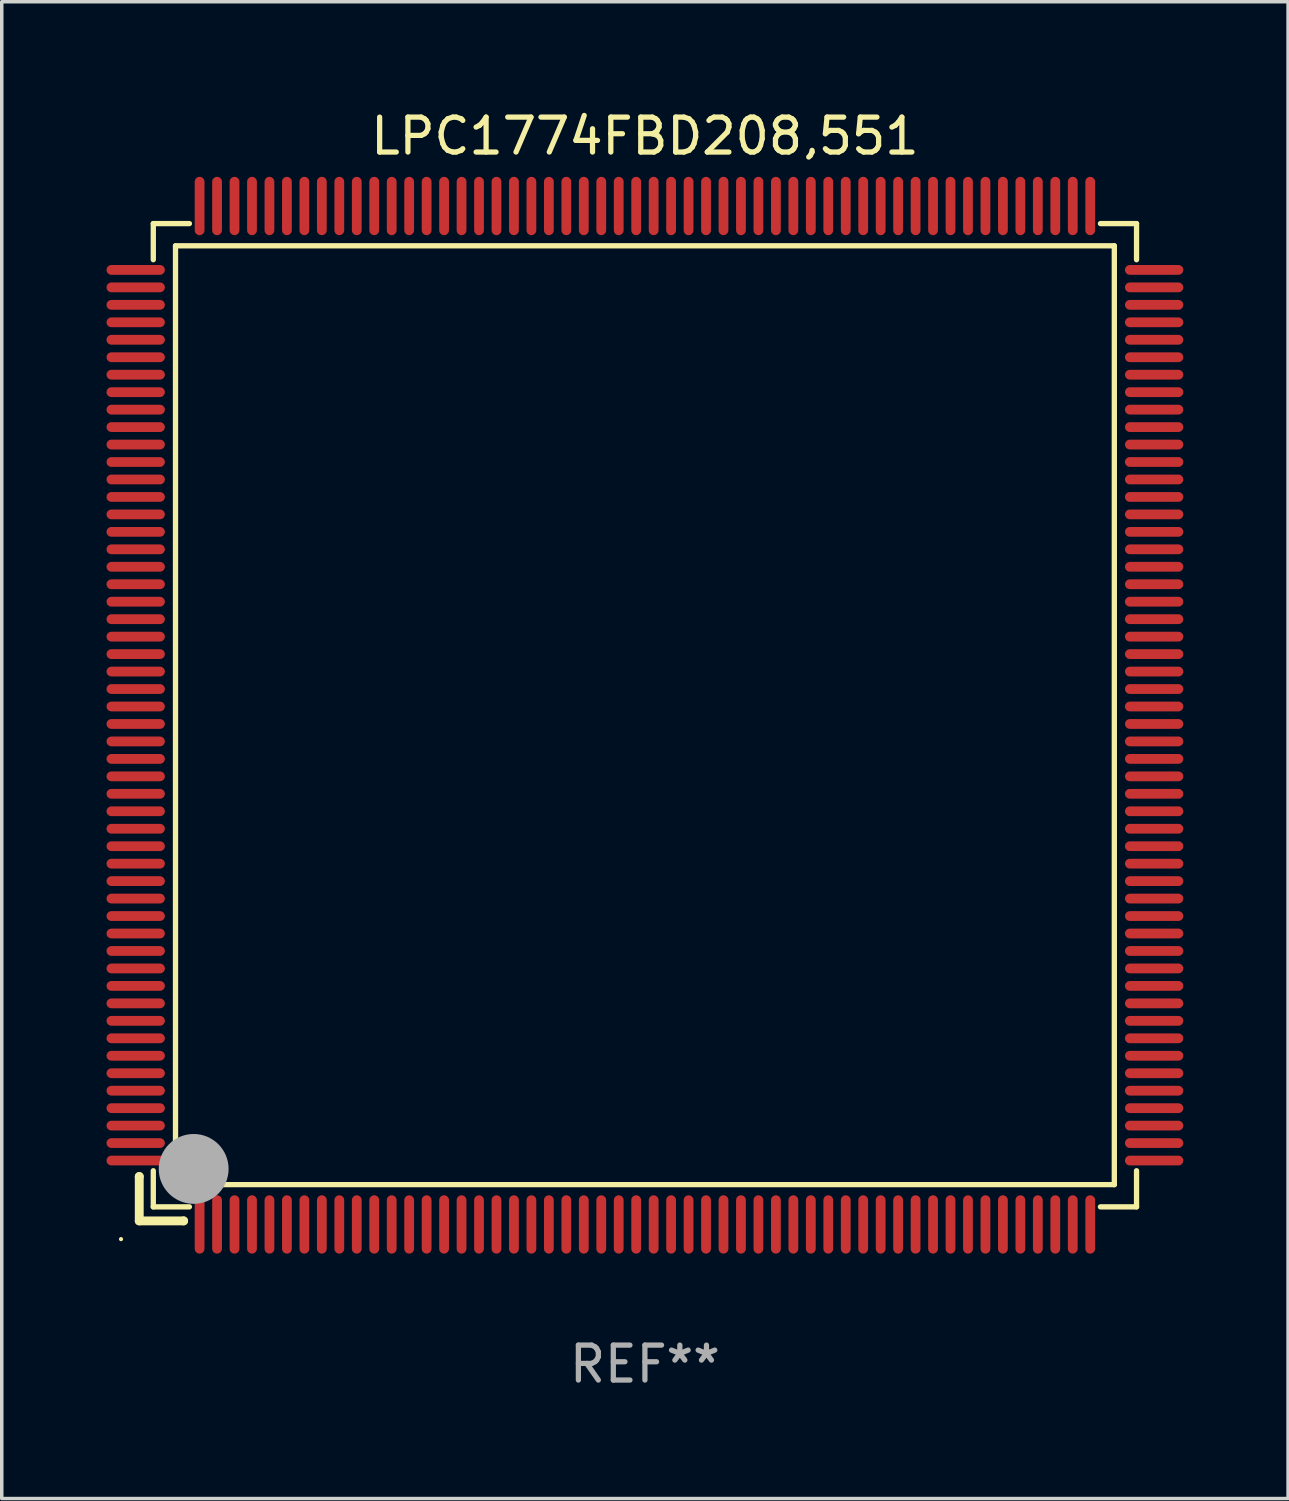
<source format=kicad_pcb>
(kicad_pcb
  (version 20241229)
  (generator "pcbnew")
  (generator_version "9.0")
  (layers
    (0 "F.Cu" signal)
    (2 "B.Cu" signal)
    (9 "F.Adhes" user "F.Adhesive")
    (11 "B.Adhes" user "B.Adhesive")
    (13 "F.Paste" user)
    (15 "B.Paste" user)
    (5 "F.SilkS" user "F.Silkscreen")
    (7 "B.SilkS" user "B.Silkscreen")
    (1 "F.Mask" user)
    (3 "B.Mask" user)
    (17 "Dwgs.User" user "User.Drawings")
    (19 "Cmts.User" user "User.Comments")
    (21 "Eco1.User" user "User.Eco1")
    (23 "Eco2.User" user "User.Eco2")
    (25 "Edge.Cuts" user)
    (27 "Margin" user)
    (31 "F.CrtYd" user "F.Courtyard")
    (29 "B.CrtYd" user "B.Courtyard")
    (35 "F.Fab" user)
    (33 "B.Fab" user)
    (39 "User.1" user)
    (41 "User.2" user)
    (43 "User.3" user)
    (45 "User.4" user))
  (footprint "LPC1774FBD208,551"
    (layer "F.Cu")
    (at 15.415 17.428)
    (property "Reference" "LPC1774FBD208,551" (at 0 -16.58 0) (layer "F.SilkS") (effects (font (size 1 1) (thickness 0.15))))
    (attr through_hole)
    (fp_line (start -14.478 13.208) (end -14.478 13.208) (stroke (width 0.254) (type solid)) (layer "F.SilkS"))
    (fp_line (start -14.478 13.208) (end -14.478 14.478) (stroke (width 0.254) (type solid)) (layer "F.SilkS"))
    (fp_line (start -14.478 14.478) (end -13.208 14.478) (stroke (width 0.254) (type solid)) (layer "F.SilkS"))
    (fp_line (start -14.076 -14.076) (end -14.076 -13.042) (stroke (width 0.152) (type solid)) (layer "F.SilkS"))
    (fp_line (start -14.076 14.076) (end -14.076 13.042) (stroke (width 0.152) (type solid)) (layer "F.SilkS"))
    (fp_line (start -13.44 -13.44) (end 13.44 -13.44) (stroke (width 0.152) (type solid)) (layer "F.SilkS"))
    (fp_line (start -13.44 13.44) (end -13.44 -13.44) (stroke (width 0.152) (type solid)) (layer "F.SilkS"))
    (fp_line (start -13.208 14.478) (end -13.208 14.478) (stroke (width 0.254) (type solid)) (layer "F.SilkS"))
    (fp_line (start -13.042 -14.076) (end -14.076 -14.076) (stroke (width 0.152) (type solid)) (layer "F.SilkS"))
    (fp_line (start -13.042 14.076) (end -14.076 14.076) (stroke (width 0.152) (type solid)) (layer "F.SilkS"))
    (fp_line (start 13.042 -14.076) (end 14.076 -14.076) (stroke (width 0.152) (type solid)) (layer "F.SilkS"))
    (fp_line (start 13.042 14.076) (end 14.076 14.076) (stroke (width 0.152) (type solid)) (layer "F.SilkS"))
    (fp_line (start 13.44 -13.44) (end 13.44 13.44) (stroke (width 0.152) (type solid)) (layer "F.SilkS"))
    (fp_line (start 13.44 13.44) (end -13.44 13.44) (stroke (width 0.152) (type solid)) (layer "F.SilkS"))
    (fp_line (start 14.076 -14.076) (end 14.076 -13.042) (stroke (width 0.152) (type solid)) (layer "F.SilkS"))
    (fp_line (start 14.076 14.076) (end 14.076 13.042) (stroke (width 0.152) (type solid)) (layer "F.SilkS"))
    (fp_circle (center -15 15) (end -14.97 15) (stroke (width 0.06) (type solid)) (fill no) (layer "F.SilkS"))
    (fp_circle (center -13.138 13.138) (end -13.063 13.138) (stroke (width 0.15) (type solid)) (fill no) (layer "F.SilkS"))
    (fp_circle (center -12.92 12.99) (end -12.42 12.99) (stroke (width 1) (type solid)) (fill no) (layer "F.Fab"))
    (fp_text user "REF**" (at 0 18.58 0) (layer "F.Fab") (effects (font (size 1 1) (thickness 0.15))))
    (pad "1" smd oval (at -12.75 14.58) (size 0.28 1.67) (layers "F.Cu" "F.Mask" "F.Paste"))
    (pad "2" smd oval (at -12.25 14.58) (size 0.28 1.67) (layers "F.Cu" "F.Mask" "F.Paste"))
    (pad "3" smd oval (at -11.75 14.58) (size 0.28 1.67) (layers "F.Cu" "F.Mask" "F.Paste"))
    (pad "4" smd oval (at -11.25 14.58) (size 0.28 1.67) (layers "F.Cu" "F.Mask" "F.Paste"))
    (pad "5" smd oval (at -10.75 14.58) (size 0.28 1.67) (layers "F.Cu" "F.Mask" "F.Paste"))
    (pad "6" smd oval (at -10.25 14.58) (size 0.28 1.67) (layers "F.Cu" "F.Mask" "F.Paste"))
    (pad "7" smd oval (at -9.75 14.58) (size 0.28 1.67) (layers "F.Cu" "F.Mask" "F.Paste"))
    (pad "8" smd oval (at -9.25 14.58) (size 0.28 1.67) (layers "F.Cu" "F.Mask" "F.Paste"))
    (pad "9" smd oval (at -8.75 14.58) (size 0.28 1.67) (layers "F.Cu" "F.Mask" "F.Paste"))
    (pad "10" smd oval (at -8.25 14.58) (size 0.28 1.67) (layers "F.Cu" "F.Mask" "F.Paste"))
    (pad "11" smd oval (at -7.75 14.58) (size 0.28 1.67) (layers "F.Cu" "F.Mask" "F.Paste"))
    (pad "12" smd oval (at -7.25 14.58) (size 0.28 1.67) (layers "F.Cu" "F.Mask" "F.Paste"))
    (pad "13" smd oval (at -6.75 14.58) (size 0.28 1.67) (layers "F.Cu" "F.Mask" "F.Paste"))
    (pad "14" smd oval (at -6.25 14.58) (size 0.28 1.67) (layers "F.Cu" "F.Mask" "F.Paste"))
    (pad "15" smd oval (at -5.75 14.58) (size 0.28 1.67) (layers "F.Cu" "F.Mask" "F.Paste"))
    (pad "16" smd oval (at -5.25 14.58) (size 0.28 1.67) (layers "F.Cu" "F.Mask" "F.Paste"))
    (pad "17" smd oval (at -4.75 14.58) (size 0.28 1.67) (layers "F.Cu" "F.Mask" "F.Paste"))
    (pad "18" smd oval (at -4.25 14.58) (size 0.28 1.67) (layers "F.Cu" "F.Mask" "F.Paste"))
    (pad "19" smd oval (at -3.75 14.58) (size 0.28 1.67) (layers "F.Cu" "F.Mask" "F.Paste"))
    (pad "20" smd oval (at -3.25 14.58) (size 0.28 1.67) (layers "F.Cu" "F.Mask" "F.Paste"))
    (pad "21" smd oval (at -2.75 14.58) (size 0.28 1.67) (layers "F.Cu" "F.Mask" "F.Paste"))
    (pad "22" smd oval (at -2.25 14.58) (size 0.28 1.67) (layers "F.Cu" "F.Mask" "F.Paste"))
    (pad "23" smd oval (at -1.75 14.58) (size 0.28 1.67) (layers "F.Cu" "F.Mask" "F.Paste"))
    (pad "24" smd oval (at -1.25 14.58) (size 0.28 1.67) (layers "F.Cu" "F.Mask" "F.Paste"))
    (pad "25" smd oval (at -0.75 14.58) (size 0.28 1.67) (layers "F.Cu" "F.Mask" "F.Paste"))
    (pad "26" smd oval (at -0.25 14.58) (size 0.28 1.67) (layers "F.Cu" "F.Mask" "F.Paste"))
    (pad "27" smd oval (at 0.25 14.58) (size 0.28 1.67) (layers "F.Cu" "F.Mask" "F.Paste"))
    (pad "28" smd oval (at 0.75 14.58) (size 0.28 1.67) (layers "F.Cu" "F.Mask" "F.Paste"))
    (pad "29" smd oval (at 1.25 14.58) (size 0.28 1.67) (layers "F.Cu" "F.Mask" "F.Paste"))
    (pad "30" smd oval (at 1.75 14.58) (size 0.28 1.67) (layers "F.Cu" "F.Mask" "F.Paste"))
    (pad "31" smd oval (at 2.25 14.58) (size 0.28 1.67) (layers "F.Cu" "F.Mask" "F.Paste"))
    (pad "32" smd oval (at 2.75 14.58) (size 0.28 1.67) (layers "F.Cu" "F.Mask" "F.Paste"))
    (pad "33" smd oval (at 3.25 14.58) (size 0.28 1.67) (layers "F.Cu" "F.Mask" "F.Paste"))
    (pad "34" smd oval (at 3.75 14.58) (size 0.28 1.67) (layers "F.Cu" "F.Mask" "F.Paste"))
    (pad "35" smd oval (at 4.25 14.58) (size 0.28 1.67) (layers "F.Cu" "F.Mask" "F.Paste"))
    (pad "36" smd oval (at 4.75 14.58) (size 0.28 1.67) (layers "F.Cu" "F.Mask" "F.Paste"))
    (pad "37" smd oval (at 5.25 14.58) (size 0.28 1.67) (layers "F.Cu" "F.Mask" "F.Paste"))
    (pad "38" smd oval (at 5.75 14.58) (size 0.28 1.67) (layers "F.Cu" "F.Mask" "F.Paste"))
    (pad "39" smd oval (at 6.25 14.58) (size 0.28 1.67) (layers "F.Cu" "F.Mask" "F.Paste"))
    (pad "40" smd oval (at 6.75 14.58) (size 0.28 1.67) (layers "F.Cu" "F.Mask" "F.Paste"))
    (pad "41" smd oval (at 7.25 14.58) (size 0.28 1.67) (layers "F.Cu" "F.Mask" "F.Paste"))
    (pad "42" smd oval (at 7.75 14.58) (size 0.28 1.67) (layers "F.Cu" "F.Mask" "F.Paste"))
    (pad "43" smd oval (at 8.25 14.58) (size 0.28 1.67) (layers "F.Cu" "F.Mask" "F.Paste"))
    (pad "44" smd oval (at 8.75 14.58) (size 0.28 1.67) (layers "F.Cu" "F.Mask" "F.Paste"))
    (pad "45" smd oval (at 9.25 14.58) (size 0.28 1.67) (layers "F.Cu" "F.Mask" "F.Paste"))
    (pad "46" smd oval (at 9.75 14.58) (size 0.28 1.67) (layers "F.Cu" "F.Mask" "F.Paste"))
    (pad "47" smd oval (at 10.25 14.58) (size 0.28 1.67) (layers "F.Cu" "F.Mask" "F.Paste"))
    (pad "48" smd oval (at 10.75 14.58) (size 0.28 1.67) (layers "F.Cu" "F.Mask" "F.Paste"))
    (pad "49" smd oval (at 11.25 14.58) (size 0.28 1.67) (layers "F.Cu" "F.Mask" "F.Paste"))
    (pad "50" smd oval (at 11.75 14.58) (size 0.28 1.67) (layers "F.Cu" "F.Mask" "F.Paste"))
    (pad "51" smd oval (at 12.25 14.58) (size 0.28 1.67) (layers "F.Cu" "F.Mask" "F.Paste"))
    (pad "52" smd oval (at 12.75 14.58) (size 0.28 1.67) (layers "F.Cu" "F.Mask" "F.Paste"))
    (pad "53" smd oval (at 14.58 12.75) (size 1.67 0.28) (layers "F.Cu" "F.Mask" "F.Paste"))
    (pad "54" smd oval (at 14.58 12.25) (size 1.67 0.28) (layers "F.Cu" "F.Mask" "F.Paste"))
    (pad "55" smd oval (at 14.58 11.75) (size 1.67 0.28) (layers "F.Cu" "F.Mask" "F.Paste"))
    (pad "56" smd oval (at 14.58 11.25) (size 1.67 0.28) (layers "F.Cu" "F.Mask" "F.Paste"))
    (pad "57" smd oval (at 14.58 10.75) (size 1.67 0.28) (layers "F.Cu" "F.Mask" "F.Paste"))
    (pad "58" smd oval (at 14.58 10.25) (size 1.67 0.28) (layers "F.Cu" "F.Mask" "F.Paste"))
    (pad "59" smd oval (at 14.58 9.75) (size 1.67 0.28) (layers "F.Cu" "F.Mask" "F.Paste"))
    (pad "60" smd oval (at 14.58 9.25) (size 1.67 0.28) (layers "F.Cu" "F.Mask" "F.Paste"))
    (pad "61" smd oval (at 14.58 8.75) (size 1.67 0.28) (layers "F.Cu" "F.Mask" "F.Paste"))
    (pad "62" smd oval (at 14.58 8.25) (size 1.67 0.28) (layers "F.Cu" "F.Mask" "F.Paste"))
    (pad "63" smd oval (at 14.58 7.75) (size 1.67 0.28) (layers "F.Cu" "F.Mask" "F.Paste"))
    (pad "64" smd oval (at 14.58 7.25) (size 1.67 0.28) (layers "F.Cu" "F.Mask" "F.Paste"))
    (pad "65" smd oval (at 14.58 6.75) (size 1.67 0.28) (layers "F.Cu" "F.Mask" "F.Paste"))
    (pad "66" smd oval (at 14.58 6.25) (size 1.67 0.28) (layers "F.Cu" "F.Mask" "F.Paste"))
    (pad "67" smd oval (at 14.58 5.75) (size 1.67 0.28) (layers "F.Cu" "F.Mask" "F.Paste"))
    (pad "68" smd oval (at 14.58 5.25) (size 1.67 0.28) (layers "F.Cu" "F.Mask" "F.Paste"))
    (pad "69" smd oval (at 14.58 4.75) (size 1.67 0.28) (layers "F.Cu" "F.Mask" "F.Paste"))
    (pad "70" smd oval (at 14.58 4.25) (size 1.67 0.28) (layers "F.Cu" "F.Mask" "F.Paste"))
    (pad "71" smd oval (at 14.58 3.75) (size 1.67 0.28) (layers "F.Cu" "F.Mask" "F.Paste"))
    (pad "72" smd oval (at 14.58 3.25) (size 1.67 0.28) (layers "F.Cu" "F.Mask" "F.Paste"))
    (pad "73" smd oval (at 14.58 2.75) (size 1.67 0.28) (layers "F.Cu" "F.Mask" "F.Paste"))
    (pad "74" smd oval (at 14.58 2.25) (size 1.67 0.28) (layers "F.Cu" "F.Mask" "F.Paste"))
    (pad "75" smd oval (at 14.58 1.75) (size 1.67 0.28) (layers "F.Cu" "F.Mask" "F.Paste"))
    (pad "76" smd oval (at 14.58 1.25) (size 1.67 0.28) (layers "F.Cu" "F.Mask" "F.Paste"))
    (pad "77" smd oval (at 14.58 0.75) (size 1.67 0.28) (layers "F.Cu" "F.Mask" "F.Paste"))
    (pad "78" smd oval (at 14.58 0.25) (size 1.67 0.28) (layers "F.Cu" "F.Mask" "F.Paste"))
    (pad "79" smd oval (at 14.58 -0.25) (size 1.67 0.28) (layers "F.Cu" "F.Mask" "F.Paste"))
    (pad "80" smd oval (at 14.58 -0.75) (size 1.67 0.28) (layers "F.Cu" "F.Mask" "F.Paste"))
    (pad "81" smd oval (at 14.58 -1.25) (size 1.67 0.28) (layers "F.Cu" "F.Mask" "F.Paste"))
    (pad "82" smd oval (at 14.58 -1.75) (size 1.67 0.28) (layers "F.Cu" "F.Mask" "F.Paste"))
    (pad "83" smd oval (at 14.58 -2.25) (size 1.67 0.28) (layers "F.Cu" "F.Mask" "F.Paste"))
    (pad "84" smd oval (at 14.58 -2.75) (size 1.67 0.28) (layers "F.Cu" "F.Mask" "F.Paste"))
    (pad "85" smd oval (at 14.58 -3.25) (size 1.67 0.28) (layers "F.Cu" "F.Mask" "F.Paste"))
    (pad "86" smd oval (at 14.58 -3.75) (size 1.67 0.28) (layers "F.Cu" "F.Mask" "F.Paste"))
    (pad "87" smd oval (at 14.58 -4.25) (size 1.67 0.28) (layers "F.Cu" "F.Mask" "F.Paste"))
    (pad "88" smd oval (at 14.58 -4.75) (size 1.67 0.28) (layers "F.Cu" "F.Mask" "F.Paste"))
    (pad "89" smd oval (at 14.58 -5.25) (size 1.67 0.28) (layers "F.Cu" "F.Mask" "F.Paste"))
    (pad "90" smd oval (at 14.58 -5.75) (size 1.67 0.28) (layers "F.Cu" "F.Mask" "F.Paste"))
    (pad "91" smd oval (at 14.58 -6.25) (size 1.67 0.28) (layers "F.Cu" "F.Mask" "F.Paste"))
    (pad "92" smd oval (at 14.58 -6.75) (size 1.67 0.28) (layers "F.Cu" "F.Mask" "F.Paste"))
    (pad "93" smd oval (at 14.58 -7.25) (size 1.67 0.28) (layers "F.Cu" "F.Mask" "F.Paste"))
    (pad "94" smd oval (at 14.58 -7.75) (size 1.67 0.28) (layers "F.Cu" "F.Mask" "F.Paste"))
    (pad "95" smd oval (at 14.58 -8.25) (size 1.67 0.28) (layers "F.Cu" "F.Mask" "F.Paste"))
    (pad "96" smd oval (at 14.58 -8.75) (size 1.67 0.28) (layers "F.Cu" "F.Mask" "F.Paste"))
    (pad "97" smd oval (at 14.58 -9.25) (size 1.67 0.28) (layers "F.Cu" "F.Mask" "F.Paste"))
    (pad "98" smd oval (at 14.58 -9.75) (size 1.67 0.28) (layers "F.Cu" "F.Mask" "F.Paste"))
    (pad "99" smd oval (at 14.58 -10.25) (size 1.67 0.28) (layers "F.Cu" "F.Mask" "F.Paste"))
    (pad "100" smd oval (at 14.58 -10.75) (size 1.67 0.28) (layers "F.Cu" "F.Mask" "F.Paste"))
    (pad "101" smd oval (at 14.58 -11.25) (size 1.67 0.28) (layers "F.Cu" "F.Mask" "F.Paste"))
    (pad "102" smd oval (at 14.58 -11.75) (size 1.67 0.28) (layers "F.Cu" "F.Mask" "F.Paste"))
    (pad "103" smd oval (at 14.58 -12.25) (size 1.67 0.28) (layers "F.Cu" "F.Mask" "F.Paste"))
    (pad "104" smd oval (at 14.58 -12.75) (size 1.67 0.28) (layers "F.Cu" "F.Mask" "F.Paste"))
    (pad "105" smd oval (at 12.75 -14.58) (size 0.28 1.67) (layers "F.Cu" "F.Mask" "F.Paste"))
    (pad "106" smd oval (at 12.25 -14.58) (size 0.28 1.67) (layers "F.Cu" "F.Mask" "F.Paste"))
    (pad "107" smd oval (at 11.75 -14.58) (size 0.28 1.67) (layers "F.Cu" "F.Mask" "F.Paste"))
    (pad "108" smd oval (at 11.25 -14.58) (size 0.28 1.67) (layers "F.Cu" "F.Mask" "F.Paste"))
    (pad "109" smd oval (at 10.75 -14.58) (size 0.28 1.67) (layers "F.Cu" "F.Mask" "F.Paste"))
    (pad "110" smd oval (at 10.25 -14.58) (size 0.28 1.67) (layers "F.Cu" "F.Mask" "F.Paste"))
    (pad "111" smd oval (at 9.75 -14.58) (size 0.28 1.67) (layers "F.Cu" "F.Mask" "F.Paste"))
    (pad "112" smd oval (at 9.25 -14.58) (size 0.28 1.67) (layers "F.Cu" "F.Mask" "F.Paste"))
    (pad "113" smd oval (at 8.75 -14.58) (size 0.28 1.67) (layers "F.Cu" "F.Mask" "F.Paste"))
    (pad "114" smd oval (at 8.25 -14.58) (size 0.28 1.67) (layers "F.Cu" "F.Mask" "F.Paste"))
    (pad "115" smd oval (at 7.75 -14.58) (size 0.28 1.67) (layers "F.Cu" "F.Mask" "F.Paste"))
    (pad "116" smd oval (at 7.25 -14.58) (size 0.28 1.67) (layers "F.Cu" "F.Mask" "F.Paste"))
    (pad "117" smd oval (at 6.75 -14.58) (size 0.28 1.67) (layers "F.Cu" "F.Mask" "F.Paste"))
    (pad "118" smd oval (at 6.25 -14.58) (size 0.28 1.67) (layers "F.Cu" "F.Mask" "F.Paste"))
    (pad "119" smd oval (at 5.75 -14.58) (size 0.28 1.67) (layers "F.Cu" "F.Mask" "F.Paste"))
    (pad "120" smd oval (at 5.25 -14.58) (size 0.28 1.67) (layers "F.Cu" "F.Mask" "F.Paste"))
    (pad "121" smd oval (at 4.75 -14.58) (size 0.28 1.67) (layers "F.Cu" "F.Mask" "F.Paste"))
    (pad "122" smd oval (at 4.25 -14.58) (size 0.28 1.67) (layers "F.Cu" "F.Mask" "F.Paste"))
    (pad "123" smd oval (at 3.75 -14.58) (size 0.28 1.67) (layers "F.Cu" "F.Mask" "F.Paste"))
    (pad "124" smd oval (at 3.25 -14.58) (size 0.28 1.67) (layers "F.Cu" "F.Mask" "F.Paste"))
    (pad "125" smd oval (at 2.75 -14.58) (size 0.28 1.67) (layers "F.Cu" "F.Mask" "F.Paste"))
    (pad "126" smd oval (at 2.25 -14.58) (size 0.28 1.67) (layers "F.Cu" "F.Mask" "F.Paste"))
    (pad "127" smd oval (at 1.75 -14.58) (size 0.28 1.67) (layers "F.Cu" "F.Mask" "F.Paste"))
    (pad "128" smd oval (at 1.25 -14.58) (size 0.28 1.67) (layers "F.Cu" "F.Mask" "F.Paste"))
    (pad "129" smd oval (at 0.75 -14.58) (size 0.28 1.67) (layers "F.Cu" "F.Mask" "F.Paste"))
    (pad "130" smd oval (at 0.25 -14.58) (size 0.28 1.67) (layers "F.Cu" "F.Mask" "F.Paste"))
    (pad "131" smd oval (at -0.25 -14.58) (size 0.28 1.67) (layers "F.Cu" "F.Mask" "F.Paste"))
    (pad "132" smd oval (at -0.75 -14.58) (size 0.28 1.67) (layers "F.Cu" "F.Mask" "F.Paste"))
    (pad "133" smd oval (at -1.25 -14.58) (size 0.28 1.67) (layers "F.Cu" "F.Mask" "F.Paste"))
    (pad "134" smd oval (at -1.75 -14.58) (size 0.28 1.67) (layers "F.Cu" "F.Mask" "F.Paste"))
    (pad "135" smd oval (at -2.25 -14.58) (size 0.28 1.67) (layers "F.Cu" "F.Mask" "F.Paste"))
    (pad "136" smd oval (at -2.75 -14.58) (size 0.28 1.67) (layers "F.Cu" "F.Mask" "F.Paste"))
    (pad "137" smd oval (at -3.25 -14.58) (size 0.28 1.67) (layers "F.Cu" "F.Mask" "F.Paste"))
    (pad "138" smd oval (at -3.75 -14.58) (size 0.28 1.67) (layers "F.Cu" "F.Mask" "F.Paste"))
    (pad "139" smd oval (at -4.25 -14.58) (size 0.28 1.67) (layers "F.Cu" "F.Mask" "F.Paste"))
    (pad "140" smd oval (at -4.75 -14.58) (size 0.28 1.67) (layers "F.Cu" "F.Mask" "F.Paste"))
    (pad "141" smd oval (at -5.25 -14.58) (size 0.28 1.67) (layers "F.Cu" "F.Mask" "F.Paste"))
    (pad "142" smd oval (at -5.75 -14.58) (size 0.28 1.67) (layers "F.Cu" "F.Mask" "F.Paste"))
    (pad "143" smd oval (at -6.25 -14.58) (size 0.28 1.67) (layers "F.Cu" "F.Mask" "F.Paste"))
    (pad "144" smd oval (at -6.75 -14.58) (size 0.28 1.67) (layers "F.Cu" "F.Mask" "F.Paste"))
    (pad "145" smd oval (at -7.25 -14.58) (size 0.28 1.67) (layers "F.Cu" "F.Mask" "F.Paste"))
    (pad "146" smd oval (at -7.75 -14.58) (size 0.28 1.67) (layers "F.Cu" "F.Mask" "F.Paste"))
    (pad "147" smd oval (at -8.25 -14.58) (size 0.28 1.67) (layers "F.Cu" "F.Mask" "F.Paste"))
    (pad "148" smd oval (at -8.75 -14.58) (size 0.28 1.67) (layers "F.Cu" "F.Mask" "F.Paste"))
    (pad "149" smd oval (at -9.25 -14.58) (size 0.28 1.67) (layers "F.Cu" "F.Mask" "F.Paste"))
    (pad "150" smd oval (at -9.75 -14.58) (size 0.28 1.67) (layers "F.Cu" "F.Mask" "F.Paste"))
    (pad "151" smd oval (at -10.25 -14.58) (size 0.28 1.67) (layers "F.Cu" "F.Mask" "F.Paste"))
    (pad "152" smd oval (at -10.75 -14.58) (size 0.28 1.67) (layers "F.Cu" "F.Mask" "F.Paste"))
    (pad "153" smd oval (at -11.25 -14.58) (size 0.28 1.67) (layers "F.Cu" "F.Mask" "F.Paste"))
    (pad "154" smd oval (at -11.75 -14.58) (size 0.28 1.67) (layers "F.Cu" "F.Mask" "F.Paste"))
    (pad "155" smd oval (at -12.25 -14.58) (size 0.28 1.67) (layers "F.Cu" "F.Mask" "F.Paste"))
    (pad "156" smd oval (at -12.75 -14.58) (size 0.28 1.67) (layers "F.Cu" "F.Mask" "F.Paste"))
    (pad "157" smd oval (at -14.58 -12.75) (size 1.67 0.28) (layers "F.Cu" "F.Mask" "F.Paste"))
    (pad "158" smd oval (at -14.58 -12.25) (size 1.67 0.28) (layers "F.Cu" "F.Mask" "F.Paste"))
    (pad "159" smd oval (at -14.58 -11.75) (size 1.67 0.28) (layers "F.Cu" "F.Mask" "F.Paste"))
    (pad "160" smd oval (at -14.58 -11.25) (size 1.67 0.28) (layers "F.Cu" "F.Mask" "F.Paste"))
    (pad "161" smd oval (at -14.58 -10.75) (size 1.67 0.28) (layers "F.Cu" "F.Mask" "F.Paste"))
    (pad "162" smd oval (at -14.58 -10.25) (size 1.67 0.28) (layers "F.Cu" "F.Mask" "F.Paste"))
    (pad "163" smd oval (at -14.58 -9.75) (size 1.67 0.28) (layers "F.Cu" "F.Mask" "F.Paste"))
    (pad "164" smd oval (at -14.58 -9.25) (size 1.67 0.28) (layers "F.Cu" "F.Mask" "F.Paste"))
    (pad "165" smd oval (at -14.58 -8.75) (size 1.67 0.28) (layers "F.Cu" "F.Mask" "F.Paste"))
    (pad "166" smd oval (at -14.58 -8.25) (size 1.67 0.28) (layers "F.Cu" "F.Mask" "F.Paste"))
    (pad "167" smd oval (at -14.58 -7.75) (size 1.67 0.28) (layers "F.Cu" "F.Mask" "F.Paste"))
    (pad "168" smd oval (at -14.58 -7.25) (size 1.67 0.28) (layers "F.Cu" "F.Mask" "F.Paste"))
    (pad "169" smd oval (at -14.58 -6.75) (size 1.67 0.28) (layers "F.Cu" "F.Mask" "F.Paste"))
    (pad "170" smd oval (at -14.58 -6.25) (size 1.67 0.28) (layers "F.Cu" "F.Mask" "F.Paste"))
    (pad "171" smd oval (at -14.58 -5.75) (size 1.67 0.28) (layers "F.Cu" "F.Mask" "F.Paste"))
    (pad "172" smd oval (at -14.58 -5.25) (size 1.67 0.28) (layers "F.Cu" "F.Mask" "F.Paste"))
    (pad "173" smd oval (at -14.58 -4.75) (size 1.67 0.28) (layers "F.Cu" "F.Mask" "F.Paste"))
    (pad "174" smd oval (at -14.58 -4.25) (size 1.67 0.28) (layers "F.Cu" "F.Mask" "F.Paste"))
    (pad "175" smd oval (at -14.58 -3.75) (size 1.67 0.28) (layers "F.Cu" "F.Mask" "F.Paste"))
    (pad "176" smd oval (at -14.58 -3.25) (size 1.67 0.28) (layers "F.Cu" "F.Mask" "F.Paste"))
    (pad "177" smd oval (at -14.58 -2.75) (size 1.67 0.28) (layers "F.Cu" "F.Mask" "F.Paste"))
    (pad "178" smd oval (at -14.58 -2.25) (size 1.67 0.28) (layers "F.Cu" "F.Mask" "F.Paste"))
    (pad "179" smd oval (at -14.58 -1.75) (size 1.67 0.28) (layers "F.Cu" "F.Mask" "F.Paste"))
    (pad "180" smd oval (at -14.58 -1.25) (size 1.67 0.28) (layers "F.Cu" "F.Mask" "F.Paste"))
    (pad "181" smd oval (at -14.58 -0.75) (size 1.67 0.28) (layers "F.Cu" "F.Mask" "F.Paste"))
    (pad "182" smd oval (at -14.58 -0.25) (size 1.67 0.28) (layers "F.Cu" "F.Mask" "F.Paste"))
    (pad "183" smd oval (at -14.58 0.25) (size 1.67 0.28) (layers "F.Cu" "F.Mask" "F.Paste"))
    (pad "184" smd oval (at -14.58 0.75) (size 1.67 0.28) (layers "F.Cu" "F.Mask" "F.Paste"))
    (pad "185" smd oval (at -14.58 1.25) (size 1.67 0.28) (layers "F.Cu" "F.Mask" "F.Paste"))
    (pad "186" smd oval (at -14.58 1.75) (size 1.67 0.28) (layers "F.Cu" "F.Mask" "F.Paste"))
    (pad "187" smd oval (at -14.58 2.25) (size 1.67 0.28) (layers "F.Cu" "F.Mask" "F.Paste"))
    (pad "188" smd oval (at -14.58 2.75) (size 1.67 0.28) (layers "F.Cu" "F.Mask" "F.Paste"))
    (pad "189" smd oval (at -14.58 3.25) (size 1.67 0.28) (layers "F.Cu" "F.Mask" "F.Paste"))
    (pad "190" smd oval (at -14.58 3.75) (size 1.67 0.28) (layers "F.Cu" "F.Mask" "F.Paste"))
    (pad "191" smd oval (at -14.58 4.25) (size 1.67 0.28) (layers "F.Cu" "F.Mask" "F.Paste"))
    (pad "192" smd oval (at -14.58 4.75) (size 1.67 0.28) (layers "F.Cu" "F.Mask" "F.Paste"))
    (pad "193" smd oval (at -14.58 5.25) (size 1.67 0.28) (layers "F.Cu" "F.Mask" "F.Paste"))
    (pad "194" smd oval (at -14.58 5.75) (size 1.67 0.28) (layers "F.Cu" "F.Mask" "F.Paste"))
    (pad "195" smd oval (at -14.58 6.25) (size 1.67 0.28) (layers "F.Cu" "F.Mask" "F.Paste"))
    (pad "196" smd oval (at -14.58 6.75) (size 1.67 0.28) (layers "F.Cu" "F.Mask" "F.Paste"))
    (pad "197" smd oval (at -14.58 7.25) (size 1.67 0.28) (layers "F.Cu" "F.Mask" "F.Paste"))
    (pad "198" smd oval (at -14.58 7.75) (size 1.67 0.28) (layers "F.Cu" "F.Mask" "F.Paste"))
    (pad "199" smd oval (at -14.58 8.25) (size 1.67 0.28) (layers "F.Cu" "F.Mask" "F.Paste"))
    (pad "200" smd oval (at -14.58 8.75) (size 1.67 0.28) (layers "F.Cu" "F.Mask" "F.Paste"))
    (pad "201" smd oval (at -14.58 9.25) (size 1.67 0.28) (layers "F.Cu" "F.Mask" "F.Paste"))
    (pad "202" smd oval (at -14.58 9.75) (size 1.67 0.28) (layers "F.Cu" "F.Mask" "F.Paste"))
    (pad "203" smd oval (at -14.58 10.25) (size 1.67 0.28) (layers "F.Cu" "F.Mask" "F.Paste"))
    (pad "204" smd oval (at -14.58 10.75) (size 1.67 0.28) (layers "F.Cu" "F.Mask" "F.Paste"))
    (pad "205" smd oval (at -14.58 11.25) (size 1.67 0.28) (layers "F.Cu" "F.Mask" "F.Paste"))
    (pad "206" smd oval (at -14.58 11.75) (size 1.67 0.28) (layers "F.Cu" "F.Mask" "F.Paste"))
    (pad "207" smd oval (at -14.58 12.25) (size 1.67 0.28) (layers "F.Cu" "F.Mask" "F.Paste"))
    (pad "208" smd oval (at -14.58 12.75) (size 1.67 0.28) (layers "F.Cu" "F.Mask" "F.Paste")))
  (gr_rect
    (start -3 -3)
    (end 33.83 39.856)
    (stroke (width 0.1) (type default))
    (fill no)
    (layer "Edge.Cuts")))
</source>
